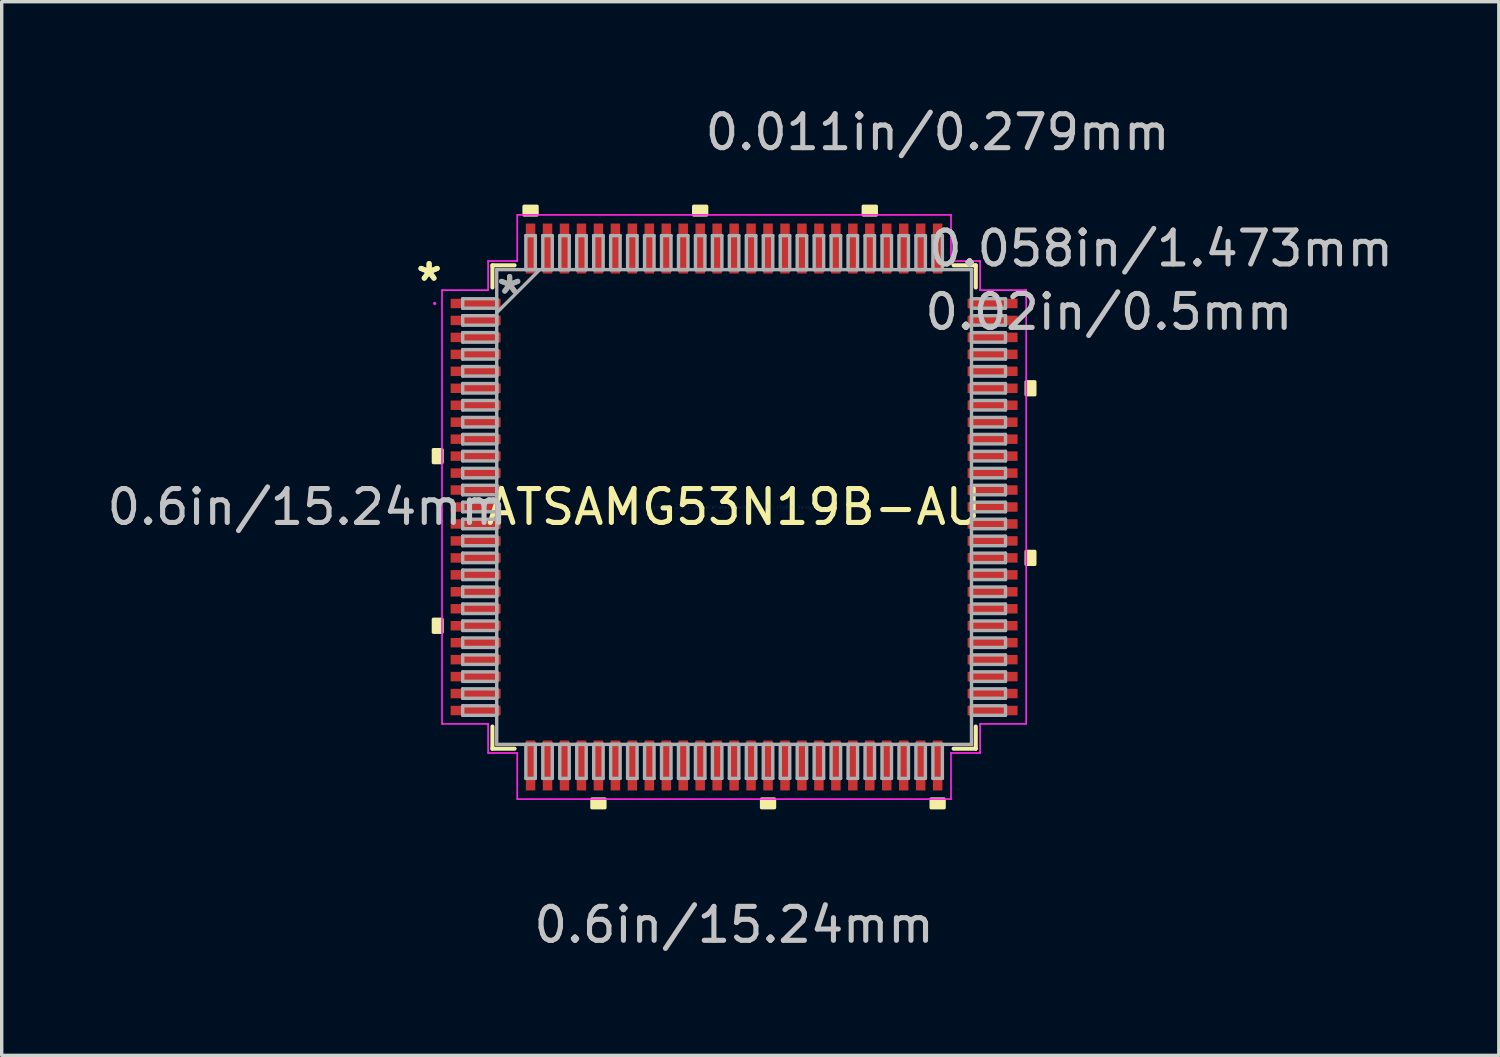
<source format=kicad_pcb>
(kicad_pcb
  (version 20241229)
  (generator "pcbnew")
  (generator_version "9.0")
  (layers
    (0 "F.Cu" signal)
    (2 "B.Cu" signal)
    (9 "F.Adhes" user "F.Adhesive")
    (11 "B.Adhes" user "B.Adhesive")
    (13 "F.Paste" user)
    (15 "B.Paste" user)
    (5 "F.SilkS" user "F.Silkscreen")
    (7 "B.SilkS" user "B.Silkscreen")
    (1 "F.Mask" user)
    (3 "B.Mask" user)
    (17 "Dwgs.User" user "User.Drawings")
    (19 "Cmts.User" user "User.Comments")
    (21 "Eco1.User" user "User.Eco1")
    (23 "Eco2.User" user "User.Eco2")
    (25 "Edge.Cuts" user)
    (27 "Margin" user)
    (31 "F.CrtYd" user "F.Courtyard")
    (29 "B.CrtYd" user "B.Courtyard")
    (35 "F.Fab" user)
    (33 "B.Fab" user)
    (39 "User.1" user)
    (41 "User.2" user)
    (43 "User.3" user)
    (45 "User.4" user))
  (footprint "ATSAMG53N19B-AU"
    (layer "F.Cu")
    (at 18.592 11.897)
    (property "Reference" "ATSAMG53N19B-AU" (at 0 0 0) (layer "F.SilkS") (effects (font (size 1 1) (thickness 0.15))))
    (attr through_hole)
    (fp_line (start -7.125 -7.125) (end -7.125 -6.472) (stroke (width 0.12) (type solid)) (layer "F.SilkS"))
    (fp_line (start -7.125 6.472) (end -7.125 7.125) (stroke (width 0.12) (type solid)) (layer "F.SilkS"))
    (fp_line (start -7.125 7.125) (end -6.472 7.125) (stroke (width 0.12) (type solid)) (layer "F.SilkS"))
    (fp_line (start -6.472 -7.125) (end -7.125 -7.125) (stroke (width 0.12) (type solid)) (layer "F.SilkS"))
    (fp_line (start 6.472 7.125) (end 7.125 7.125) (stroke (width 0.12) (type solid)) (layer "F.SilkS"))
    (fp_line (start 7.125 -7.125) (end 6.472 -7.125) (stroke (width 0.12) (type solid)) (layer "F.SilkS"))
    (fp_line (start 7.125 -6.472) (end 7.125 -7.125) (stroke (width 0.12) (type solid)) (layer "F.SilkS"))
    (fp_line (start 7.125 7.125) (end 7.125 6.472) (stroke (width 0.12) (type solid)) (layer "F.SilkS"))
    (fp_poly (pts (xy -8.865 -1.69) (xy -8.865 -1.31) (xy -8.611 -1.31) (xy -8.611 -1.69)) (stroke (width 0.1) (type solid)) (fill yes) (layer "F.SilkS"))
    (fp_poly (pts (xy -8.865 3.31) (xy -8.865 3.691) (xy -8.611 3.691) (xy -8.611 3.31)) (stroke (width 0.1) (type solid)) (fill yes) (layer "F.SilkS"))
    (fp_poly (pts (xy -6.191 -8.611) (xy -6.191 -8.865) (xy -5.81 -8.865) (xy -5.81 -8.611)) (stroke (width 0.1) (type solid)) (fill yes) (layer "F.SilkS"))
    (fp_poly (pts (xy -4.191 8.611) (xy -4.191 8.865) (xy -3.809 8.865) (xy -3.809 8.611)) (stroke (width 0.1) (type solid)) (fill yes) (layer "F.SilkS"))
    (fp_poly (pts (xy -1.191 -8.611) (xy -1.191 -8.865) (xy -0.81 -8.865) (xy -0.81 -8.611)) (stroke (width 0.1) (type solid)) (fill yes) (layer "F.SilkS"))
    (fp_poly (pts (xy 0.81 8.611) (xy 0.81 8.865) (xy 1.191 8.865) (xy 1.191 8.611)) (stroke (width 0.1) (type solid)) (fill yes) (layer "F.SilkS"))
    (fp_poly (pts (xy 3.809 -8.611) (xy 3.809 -8.865) (xy 4.191 -8.865) (xy 4.191 -8.611)) (stroke (width 0.1) (type solid)) (fill yes) (layer "F.SilkS"))
    (fp_poly (pts (xy 5.81 8.611) (xy 5.81 8.865) (xy 6.191 8.865) (xy 6.191 8.611)) (stroke (width 0.1) (type solid)) (fill yes) (layer "F.SilkS"))
    (fp_poly (pts (xy 8.865 -3.691) (xy 8.865 -3.31) (xy 8.611 -3.31) (xy 8.611 -3.691)) (stroke (width 0.1) (type solid)) (fill yes) (layer "F.SilkS"))
    (fp_poly (pts (xy 8.865 1.31) (xy 8.865 1.69) (xy 8.611 1.69) (xy 8.611 1.31)) (stroke (width 0.1) (type solid)) (fill yes) (layer "F.SilkS"))
    (fp_line (start -8.611 -6.394) (end -7.252 -6.394) (stroke (width 0.05) (type solid)) (layer "F.CrtYd"))
    (fp_line (start -8.611 6.394) (end -8.611 -6.394) (stroke (width 0.05) (type solid)) (layer "F.CrtYd"))
    (fp_line (start -7.252 -7.252) (end -6.394 -7.252) (stroke (width 0.05) (type solid)) (layer "F.CrtYd"))
    (fp_line (start -7.252 -6.394) (end -7.252 -7.252) (stroke (width 0.05) (type solid)) (layer "F.CrtYd"))
    (fp_line (start -7.252 6.394) (end -8.611 6.394) (stroke (width 0.05) (type solid)) (layer "F.CrtYd"))
    (fp_line (start -7.252 7.252) (end -7.252 6.394) (stroke (width 0.05) (type solid)) (layer "F.CrtYd"))
    (fp_line (start -6.394 -8.611) (end 6.394 -8.611) (stroke (width 0.05) (type solid)) (layer "F.CrtYd"))
    (fp_line (start -6.394 -7.252) (end -6.394 -8.611) (stroke (width 0.05) (type solid)) (layer "F.CrtYd"))
    (fp_line (start -6.394 7.252) (end -7.252 7.252) (stroke (width 0.05) (type solid)) (layer "F.CrtYd"))
    (fp_line (start -6.394 8.611) (end -6.394 7.252) (stroke (width 0.05) (type solid)) (layer "F.CrtYd"))
    (fp_line (start 6.394 -8.611) (end 6.394 -7.252) (stroke (width 0.05) (type solid)) (layer "F.CrtYd"))
    (fp_line (start 6.394 -7.252) (end 7.252 -7.252) (stroke (width 0.05) (type solid)) (layer "F.CrtYd"))
    (fp_line (start 6.394 7.252) (end 6.394 8.611) (stroke (width 0.05) (type solid)) (layer "F.CrtYd"))
    (fp_line (start 6.394 8.611) (end -6.394 8.611) (stroke (width 0.05) (type solid)) (layer "F.CrtYd"))
    (fp_line (start 7.252 -7.252) (end 7.252 -6.394) (stroke (width 0.05) (type solid)) (layer "F.CrtYd"))
    (fp_line (start 7.252 -6.394) (end 8.611 -6.394) (stroke (width 0.05) (type solid)) (layer "F.CrtYd"))
    (fp_line (start 7.252 6.394) (end 7.252 7.252) (stroke (width 0.05) (type solid)) (layer "F.CrtYd"))
    (fp_line (start 7.252 7.252) (end 6.394 7.252) (stroke (width 0.05) (type solid)) (layer "F.CrtYd"))
    (fp_line (start 8.611 -6.394) (end 8.611 6.394) (stroke (width 0.05) (type solid)) (layer "F.CrtYd"))
    (fp_line (start 8.611 6.394) (end 7.252 6.394) (stroke (width 0.05) (type solid)) (layer "F.CrtYd"))
    (fp_circle (center -8.826 -6) (end -8.826 -6) (stroke (width 0.05) (type solid)) (fill no) (layer "F.CrtYd"))
    (fp_line (start -8.001 -6.14) (end -8.001 -5.86) (stroke (width 0.1) (type solid)) (layer "F.Fab"))
    (fp_line (start -8.001 -5.86) (end -6.998 -5.86) (stroke (width 0.1) (type solid)) (layer "F.Fab"))
    (fp_line (start -8.001 -5.64) (end -8.001 -5.36) (stroke (width 0.1) (type solid)) (layer "F.Fab"))
    (fp_line (start -8.001 -5.36) (end -6.998 -5.36) (stroke (width 0.1) (type solid)) (layer "F.Fab"))
    (fp_line (start -8.001 -5.14) (end -8.001 -4.86) (stroke (width 0.1) (type solid)) (layer "F.Fab"))
    (fp_line (start -8.001 -4.86) (end -6.998 -4.86) (stroke (width 0.1) (type solid)) (layer "F.Fab"))
    (fp_line (start -8.001 -4.64) (end -8.001 -4.36) (stroke (width 0.1) (type solid)) (layer "F.Fab"))
    (fp_line (start -8.001 -4.36) (end -6.998 -4.36) (stroke (width 0.1) (type solid)) (layer "F.Fab"))
    (fp_line (start -8.001 -4.14) (end -8.001 -3.86) (stroke (width 0.1) (type solid)) (layer "F.Fab"))
    (fp_line (start -8.001 -3.86) (end -6.998 -3.86) (stroke (width 0.1) (type solid)) (layer "F.Fab"))
    (fp_line (start -8.001 -3.64) (end -8.001 -3.36) (stroke (width 0.1) (type solid)) (layer "F.Fab"))
    (fp_line (start -8.001 -3.36) (end -6.998 -3.36) (stroke (width 0.1) (type solid)) (layer "F.Fab"))
    (fp_line (start -8.001 -3.14) (end -8.001 -2.86) (stroke (width 0.1) (type solid)) (layer "F.Fab"))
    (fp_line (start -8.001 -2.86) (end -6.998 -2.86) (stroke (width 0.1) (type solid)) (layer "F.Fab"))
    (fp_line (start -8.001 -2.64) (end -8.001 -2.36) (stroke (width 0.1) (type solid)) (layer "F.Fab"))
    (fp_line (start -8.001 -2.36) (end -6.998 -2.36) (stroke (width 0.1) (type solid)) (layer "F.Fab"))
    (fp_line (start -8.001 -2.14) (end -8.001 -1.86) (stroke (width 0.1) (type solid)) (layer "F.Fab"))
    (fp_line (start -8.001 -1.86) (end -6.998 -1.86) (stroke (width 0.1) (type solid)) (layer "F.Fab"))
    (fp_line (start -8.001 -1.64) (end -8.001 -1.36) (stroke (width 0.1) (type solid)) (layer "F.Fab"))
    (fp_line (start -8.001 -1.36) (end -6.998 -1.36) (stroke (width 0.1) (type solid)) (layer "F.Fab"))
    (fp_line (start -8.001 -1.14) (end -8.001 -0.86) (stroke (width 0.1) (type solid)) (layer "F.Fab"))
    (fp_line (start -8.001 -0.86) (end -6.998 -0.86) (stroke (width 0.1) (type solid)) (layer "F.Fab"))
    (fp_line (start -8.001 -0.64) (end -8.001 -0.36) (stroke (width 0.1) (type solid)) (layer "F.Fab"))
    (fp_line (start -8.001 -0.36) (end -6.998 -0.36) (stroke (width 0.1) (type solid)) (layer "F.Fab"))
    (fp_line (start -8.001 -0.14) (end -8.001 0.14) (stroke (width 0.1) (type solid)) (layer "F.Fab"))
    (fp_line (start -8.001 0.14) (end -6.998 0.14) (stroke (width 0.1) (type solid)) (layer "F.Fab"))
    (fp_line (start -8.001 0.36) (end -8.001 0.64) (stroke (width 0.1) (type solid)) (layer "F.Fab"))
    (fp_line (start -8.001 0.64) (end -6.998 0.64) (stroke (width 0.1) (type solid)) (layer "F.Fab"))
    (fp_line (start -8.001 0.86) (end -8.001 1.14) (stroke (width 0.1) (type solid)) (layer "F.Fab"))
    (fp_line (start -8.001 1.14) (end -6.998 1.14) (stroke (width 0.1) (type solid)) (layer "F.Fab"))
    (fp_line (start -8.001 1.36) (end -8.001 1.64) (stroke (width 0.1) (type solid)) (layer "F.Fab"))
    (fp_line (start -8.001 1.64) (end -6.998 1.64) (stroke (width 0.1) (type solid)) (layer "F.Fab"))
    (fp_line (start -8.001 1.86) (end -8.001 2.14) (stroke (width 0.1) (type solid)) (layer "F.Fab"))
    (fp_line (start -8.001 2.14) (end -6.998 2.14) (stroke (width 0.1) (type solid)) (layer "F.Fab"))
    (fp_line (start -8.001 2.36) (end -8.001 2.64) (stroke (width 0.1) (type solid)) (layer "F.Fab"))
    (fp_line (start -8.001 2.64) (end -6.998 2.64) (stroke (width 0.1) (type solid)) (layer "F.Fab"))
    (fp_line (start -8.001 2.86) (end -8.001 3.14) (stroke (width 0.1) (type solid)) (layer "F.Fab"))
    (fp_line (start -8.001 3.14) (end -6.998 3.14) (stroke (width 0.1) (type solid)) (layer "F.Fab"))
    (fp_line (start -8.001 3.36) (end -8.001 3.64) (stroke (width 0.1) (type solid)) (layer "F.Fab"))
    (fp_line (start -8.001 3.64) (end -6.998 3.64) (stroke (width 0.1) (type solid)) (layer "F.Fab"))
    (fp_line (start -8.001 3.86) (end -8.001 4.14) (stroke (width 0.1) (type solid)) (layer "F.Fab"))
    (fp_line (start -8.001 4.14) (end -6.998 4.14) (stroke (width 0.1) (type solid)) (layer "F.Fab"))
    (fp_line (start -8.001 4.36) (end -8.001 4.64) (stroke (width 0.1) (type solid)) (layer "F.Fab"))
    (fp_line (start -8.001 4.64) (end -6.998 4.64) (stroke (width 0.1) (type solid)) (layer "F.Fab"))
    (fp_line (start -8.001 4.86) (end -8.001 5.14) (stroke (width 0.1) (type solid)) (layer "F.Fab"))
    (fp_line (start -8.001 5.14) (end -6.998 5.14) (stroke (width 0.1) (type solid)) (layer "F.Fab"))
    (fp_line (start -8.001 5.36) (end -8.001 5.64) (stroke (width 0.1) (type solid)) (layer "F.Fab"))
    (fp_line (start -8.001 5.64) (end -6.998 5.64) (stroke (width 0.1) (type solid)) (layer "F.Fab"))
    (fp_line (start -8.001 5.86) (end -8.001 6.14) (stroke (width 0.1) (type solid)) (layer "F.Fab"))
    (fp_line (start -8.001 6.14) (end -6.998 6.14) (stroke (width 0.1) (type solid)) (layer "F.Fab"))
    (fp_line (start -6.998 -6.998) (end -6.998 -6.998) (stroke (width 0.1) (type solid)) (layer "F.Fab"))
    (fp_line (start -6.998 -6.998) (end -6.998 6.998) (stroke (width 0.1) (type solid)) (layer "F.Fab"))
    (fp_line (start -6.998 -6.14) (end -8.001 -6.14) (stroke (width 0.1) (type solid)) (layer "F.Fab"))
    (fp_line (start -6.998 -5.86) (end -6.998 -6.14) (stroke (width 0.1) (type solid)) (layer "F.Fab"))
    (fp_line (start -6.998 -5.728) (end -5.728 -6.998) (stroke (width 0.1) (type solid)) (layer "F.Fab"))
    (fp_line (start -6.998 -5.64) (end -8.001 -5.64) (stroke (width 0.1) (type solid)) (layer "F.Fab"))
    (fp_line (start -6.998 -5.36) (end -6.998 -5.64) (stroke (width 0.1) (type solid)) (layer "F.Fab"))
    (fp_line (start -6.998 -5.14) (end -8.001 -5.14) (stroke (width 0.1) (type solid)) (layer "F.Fab"))
    (fp_line (start -6.998 -4.86) (end -6.998 -5.14) (stroke (width 0.1) (type solid)) (layer "F.Fab"))
    (fp_line (start -6.998 -4.64) (end -8.001 -4.64) (stroke (width 0.1) (type solid)) (layer "F.Fab"))
    (fp_line (start -6.998 -4.36) (end -6.998 -4.64) (stroke (width 0.1) (type solid)) (layer "F.Fab"))
    (fp_line (start -6.998 -4.14) (end -8.001 -4.14) (stroke (width 0.1) (type solid)) (layer "F.Fab"))
    (fp_line (start -6.998 -3.86) (end -6.998 -4.14) (stroke (width 0.1) (type solid)) (layer "F.Fab"))
    (fp_line (start -6.998 -3.64) (end -8.001 -3.64) (stroke (width 0.1) (type solid)) (layer "F.Fab"))
    (fp_line (start -6.998 -3.36) (end -6.998 -3.64) (stroke (width 0.1) (type solid)) (layer "F.Fab"))
    (fp_line (start -6.998 -3.14) (end -8.001 -3.14) (stroke (width 0.1) (type solid)) (layer "F.Fab"))
    (fp_line (start -6.998 -2.86) (end -6.998 -3.14) (stroke (width 0.1) (type solid)) (layer "F.Fab"))
    (fp_line (start -6.998 -2.64) (end -8.001 -2.64) (stroke (width 0.1) (type solid)) (layer "F.Fab"))
    (fp_line (start -6.998 -2.36) (end -6.998 -2.64) (stroke (width 0.1) (type solid)) (layer "F.Fab"))
    (fp_line (start -6.998 -2.14) (end -8.001 -2.14) (stroke (width 0.1) (type solid)) (layer "F.Fab"))
    (fp_line (start -6.998 -1.86) (end -6.998 -2.14) (stroke (width 0.1) (type solid)) (layer "F.Fab"))
    (fp_line (start -6.998 -1.64) (end -8.001 -1.64) (stroke (width 0.1) (type solid)) (layer "F.Fab"))
    (fp_line (start -6.998 -1.36) (end -6.998 -1.64) (stroke (width 0.1) (type solid)) (layer "F.Fab"))
    (fp_line (start -6.998 -1.14) (end -8.001 -1.14) (stroke (width 0.1) (type solid)) (layer "F.Fab"))
    (fp_line (start -6.998 -0.86) (end -6.998 -1.14) (stroke (width 0.1) (type solid)) (layer "F.Fab"))
    (fp_line (start -6.998 -0.64) (end -8.001 -0.64) (stroke (width 0.1) (type solid)) (layer "F.Fab"))
    (fp_line (start -6.998 -0.36) (end -6.998 -0.64) (stroke (width 0.1) (type solid)) (layer "F.Fab"))
    (fp_line (start -6.998 -0.14) (end -8.001 -0.14) (stroke (width 0.1) (type solid)) (layer "F.Fab"))
    (fp_line (start -6.998 0.14) (end -6.998 -0.14) (stroke (width 0.1) (type solid)) (layer "F.Fab"))
    (fp_line (start -6.998 0.36) (end -8.001 0.36) (stroke (width 0.1) (type solid)) (layer "F.Fab"))
    (fp_line (start -6.998 0.64) (end -6.998 0.36) (stroke (width 0.1) (type solid)) (layer "F.Fab"))
    (fp_line (start -6.998 0.86) (end -8.001 0.86) (stroke (width 0.1) (type solid)) (layer "F.Fab"))
    (fp_line (start -6.998 1.14) (end -6.998 0.86) (stroke (width 0.1) (type solid)) (layer "F.Fab"))
    (fp_line (start -6.998 1.36) (end -8.001 1.36) (stroke (width 0.1) (type solid)) (layer "F.Fab"))
    (fp_line (start -6.998 1.64) (end -6.998 1.36) (stroke (width 0.1) (type solid)) (layer "F.Fab"))
    (fp_line (start -6.998 1.86) (end -8.001 1.86) (stroke (width 0.1) (type solid)) (layer "F.Fab"))
    (fp_line (start -6.998 2.14) (end -6.998 1.86) (stroke (width 0.1) (type solid)) (layer "F.Fab"))
    (fp_line (start -6.998 2.36) (end -8.001 2.36) (stroke (width 0.1) (type solid)) (layer "F.Fab"))
    (fp_line (start -6.998 2.64) (end -6.998 2.36) (stroke (width 0.1) (type solid)) (layer "F.Fab"))
    (fp_line (start -6.998 2.86) (end -8.001 2.86) (stroke (width 0.1) (type solid)) (layer "F.Fab"))
    (fp_line (start -6.998 3.14) (end -6.998 2.86) (stroke (width 0.1) (type solid)) (layer "F.Fab"))
    (fp_line (start -6.998 3.36) (end -8.001 3.36) (stroke (width 0.1) (type solid)) (layer "F.Fab"))
    (fp_line (start -6.998 3.64) (end -6.998 3.36) (stroke (width 0.1) (type solid)) (layer "F.Fab"))
    (fp_line (start -6.998 3.86) (end -8.001 3.86) (stroke (width 0.1) (type solid)) (layer "F.Fab"))
    (fp_line (start -6.998 4.14) (end -6.998 3.86) (stroke (width 0.1) (type solid)) (layer "F.Fab"))
    (fp_line (start -6.998 4.36) (end -8.001 4.36) (stroke (width 0.1) (type solid)) (layer "F.Fab"))
    (fp_line (start -6.998 4.64) (end -6.998 4.36) (stroke (width 0.1) (type solid)) (layer "F.Fab"))
    (fp_line (start -6.998 4.86) (end -8.001 4.86) (stroke (width 0.1) (type solid)) (layer "F.Fab"))
    (fp_line (start -6.998 5.14) (end -6.998 4.86) (stroke (width 0.1) (type solid)) (layer "F.Fab"))
    (fp_line (start -6.998 5.36) (end -8.001 5.36) (stroke (width 0.1) (type solid)) (layer "F.Fab"))
    (fp_line (start -6.998 5.64) (end -6.998 5.36) (stroke (width 0.1) (type solid)) (layer "F.Fab"))
    (fp_line (start -6.998 5.86) (end -8.001 5.86) (stroke (width 0.1) (type solid)) (layer "F.Fab"))
    (fp_line (start -6.998 6.14) (end -6.998 5.86) (stroke (width 0.1) (type solid)) (layer "F.Fab"))
    (fp_line (start -6.998 6.998) (end -6.998 6.998) (stroke (width 0.1) (type solid)) (layer "F.Fab"))
    (fp_line (start -6.998 6.998) (end 6.998 6.998) (stroke (width 0.1) (type solid)) (layer "F.Fab"))
    (fp_line (start -6.14 -8.001) (end -6.14 -6.998) (stroke (width 0.1) (type solid)) (layer "F.Fab"))
    (fp_line (start -6.14 -6.998) (end -5.86 -6.998) (stroke (width 0.1) (type solid)) (layer "F.Fab"))
    (fp_line (start -6.14 6.998) (end -6.14 8.001) (stroke (width 0.1) (type solid)) (layer "F.Fab"))
    (fp_line (start -6.14 8.001) (end -5.86 8.001) (stroke (width 0.1) (type solid)) (layer "F.Fab"))
    (fp_line (start -5.86 -8.001) (end -6.14 -8.001) (stroke (width 0.1) (type solid)) (layer "F.Fab"))
    (fp_line (start -5.86 -6.998) (end -5.86 -8.001) (stroke (width 0.1) (type solid)) (layer "F.Fab"))
    (fp_line (start -5.86 6.998) (end -6.14 6.998) (stroke (width 0.1) (type solid)) (layer "F.Fab"))
    (fp_line (start -5.86 8.001) (end -5.86 6.998) (stroke (width 0.1) (type solid)) (layer "F.Fab"))
    (fp_line (start -5.64 -8.001) (end -5.64 -6.998) (stroke (width 0.1) (type solid)) (layer "F.Fab"))
    (fp_line (start -5.64 -6.998) (end -5.36 -6.998) (stroke (width 0.1) (type solid)) (layer "F.Fab"))
    (fp_line (start -5.64 6.998) (end -5.64 8.001) (stroke (width 0.1) (type solid)) (layer "F.Fab"))
    (fp_line (start -5.64 8.001) (end -5.36 8.001) (stroke (width 0.1) (type solid)) (layer "F.Fab"))
    (fp_line (start -5.36 -8.001) (end -5.64 -8.001) (stroke (width 0.1) (type solid)) (layer "F.Fab"))
    (fp_line (start -5.36 -6.998) (end -5.36 -8.001) (stroke (width 0.1) (type solid)) (layer "F.Fab"))
    (fp_line (start -5.36 6.998) (end -5.64 6.998) (stroke (width 0.1) (type solid)) (layer "F.Fab"))
    (fp_line (start -5.36 8.001) (end -5.36 6.998) (stroke (width 0.1) (type solid)) (layer "F.Fab"))
    (fp_line (start -5.14 -8.001) (end -5.14 -6.998) (stroke (width 0.1) (type solid)) (layer "F.Fab"))
    (fp_line (start -5.14 -6.998) (end -4.86 -6.998) (stroke (width 0.1) (type solid)) (layer "F.Fab"))
    (fp_line (start -5.14 6.998) (end -5.14 8.001) (stroke (width 0.1) (type solid)) (layer "F.Fab"))
    (fp_line (start -5.14 8.001) (end -4.86 8.001) (stroke (width 0.1) (type solid)) (layer "F.Fab"))
    (fp_line (start -4.86 -8.001) (end -5.14 -8.001) (stroke (width 0.1) (type solid)) (layer "F.Fab"))
    (fp_line (start -4.86 -6.998) (end -4.86 -8.001) (stroke (width 0.1) (type solid)) (layer "F.Fab"))
    (fp_line (start -4.86 6.998) (end -5.14 6.998) (stroke (width 0.1) (type solid)) (layer "F.Fab"))
    (fp_line (start -4.86 8.001) (end -4.86 6.998) (stroke (width 0.1) (type solid)) (layer "F.Fab"))
    (fp_line (start -4.64 -8.001) (end -4.64 -6.998) (stroke (width 0.1) (type solid)) (layer "F.Fab"))
    (fp_line (start -4.64 -6.998) (end -4.36 -6.998) (stroke (width 0.1) (type solid)) (layer "F.Fab"))
    (fp_line (start -4.64 6.998) (end -4.64 8.001) (stroke (width 0.1) (type solid)) (layer "F.Fab"))
    (fp_line (start -4.64 8.001) (end -4.36 8.001) (stroke (width 0.1) (type solid)) (layer "F.Fab"))
    (fp_line (start -4.36 -8.001) (end -4.64 -8.001) (stroke (width 0.1) (type solid)) (layer "F.Fab"))
    (fp_line (start -4.36 -6.998) (end -4.36 -8.001) (stroke (width 0.1) (type solid)) (layer "F.Fab"))
    (fp_line (start -4.36 6.998) (end -4.64 6.998) (stroke (width 0.1) (type solid)) (layer "F.Fab"))
    (fp_line (start -4.36 8.001) (end -4.36 6.998) (stroke (width 0.1) (type solid)) (layer "F.Fab"))
    (fp_line (start -4.14 -8.001) (end -4.14 -6.998) (stroke (width 0.1) (type solid)) (layer "F.Fab"))
    (fp_line (start -4.14 -6.998) (end -3.86 -6.998) (stroke (width 0.1) (type solid)) (layer "F.Fab"))
    (fp_line (start -4.14 6.998) (end -4.14 8.001) (stroke (width 0.1) (type solid)) (layer "F.Fab"))
    (fp_line (start -4.14 8.001) (end -3.86 8.001) (stroke (width 0.1) (type solid)) (layer "F.Fab"))
    (fp_line (start -3.86 -8.001) (end -4.14 -8.001) (stroke (width 0.1) (type solid)) (layer "F.Fab"))
    (fp_line (start -3.86 -6.998) (end -3.86 -8.001) (stroke (width 0.1) (type solid)) (layer "F.Fab"))
    (fp_line (start -3.86 6.998) (end -4.14 6.998) (stroke (width 0.1) (type solid)) (layer "F.Fab"))
    (fp_line (start -3.86 8.001) (end -3.86 6.998) (stroke (width 0.1) (type solid)) (layer "F.Fab"))
    (fp_line (start -3.64 -8.001) (end -3.64 -6.998) (stroke (width 0.1) (type solid)) (layer "F.Fab"))
    (fp_line (start -3.64 -6.998) (end -3.36 -6.998) (stroke (width 0.1) (type solid)) (layer "F.Fab"))
    (fp_line (start -3.64 6.998) (end -3.64 8.001) (stroke (width 0.1) (type solid)) (layer "F.Fab"))
    (fp_line (start -3.64 8.001) (end -3.36 8.001) (stroke (width 0.1) (type solid)) (layer "F.Fab"))
    (fp_line (start -3.36 -8.001) (end -3.64 -8.001) (stroke (width 0.1) (type solid)) (layer "F.Fab"))
    (fp_line (start -3.36 -6.998) (end -3.36 -8.001) (stroke (width 0.1) (type solid)) (layer "F.Fab"))
    (fp_line (start -3.36 6.998) (end -3.64 6.998) (stroke (width 0.1) (type solid)) (layer "F.Fab"))
    (fp_line (start -3.36 8.001) (end -3.36 6.998) (stroke (width 0.1) (type solid)) (layer "F.Fab"))
    (fp_line (start -3.14 -8.001) (end -3.14 -6.998) (stroke (width 0.1) (type solid)) (layer "F.Fab"))
    (fp_line (start -3.14 -6.998) (end -2.86 -6.998) (stroke (width 0.1) (type solid)) (layer "F.Fab"))
    (fp_line (start -3.14 6.998) (end -3.14 8.001) (stroke (width 0.1) (type solid)) (layer "F.Fab"))
    (fp_line (start -3.14 8.001) (end -2.86 8.001) (stroke (width 0.1) (type solid)) (layer "F.Fab"))
    (fp_line (start -2.86 -8.001) (end -3.14 -8.001) (stroke (width 0.1) (type solid)) (layer "F.Fab"))
    (fp_line (start -2.86 -6.998) (end -2.86 -8.001) (stroke (width 0.1) (type solid)) (layer "F.Fab"))
    (fp_line (start -2.86 6.998) (end -3.14 6.998) (stroke (width 0.1) (type solid)) (layer "F.Fab"))
    (fp_line (start -2.86 8.001) (end -2.86 6.998) (stroke (width 0.1) (type solid)) (layer "F.Fab"))
    (fp_line (start -2.64 -8.001) (end -2.64 -6.998) (stroke (width 0.1) (type solid)) (layer "F.Fab"))
    (fp_line (start -2.64 -6.998) (end -2.36 -6.998) (stroke (width 0.1) (type solid)) (layer "F.Fab"))
    (fp_line (start -2.64 6.998) (end -2.64 8.001) (stroke (width 0.1) (type solid)) (layer "F.Fab"))
    (fp_line (start -2.64 8.001) (end -2.36 8.001) (stroke (width 0.1) (type solid)) (layer "F.Fab"))
    (fp_line (start -2.36 -8.001) (end -2.64 -8.001) (stroke (width 0.1) (type solid)) (layer "F.Fab"))
    (fp_line (start -2.36 -6.998) (end -2.36 -8.001) (stroke (width 0.1) (type solid)) (layer "F.Fab"))
    (fp_line (start -2.36 6.998) (end -2.64 6.998) (stroke (width 0.1) (type solid)) (layer "F.Fab"))
    (fp_line (start -2.36 8.001) (end -2.36 6.998) (stroke (width 0.1) (type solid)) (layer "F.Fab"))
    (fp_line (start -2.14 -8.001) (end -2.14 -6.998) (stroke (width 0.1) (type solid)) (layer "F.Fab"))
    (fp_line (start -2.14 -6.998) (end -1.86 -6.998) (stroke (width 0.1) (type solid)) (layer "F.Fab"))
    (fp_line (start -2.14 6.998) (end -2.14 8.001) (stroke (width 0.1) (type solid)) (layer "F.Fab"))
    (fp_line (start -2.14 8.001) (end -1.86 8.001) (stroke (width 0.1) (type solid)) (layer "F.Fab"))
    (fp_line (start -1.86 -8.001) (end -2.14 -8.001) (stroke (width 0.1) (type solid)) (layer "F.Fab"))
    (fp_line (start -1.86 -6.998) (end -1.86 -8.001) (stroke (width 0.1) (type solid)) (layer "F.Fab"))
    (fp_line (start -1.86 6.998) (end -2.14 6.998) (stroke (width 0.1) (type solid)) (layer "F.Fab"))
    (fp_line (start -1.86 8.001) (end -1.86 6.998) (stroke (width 0.1) (type solid)) (layer "F.Fab"))
    (fp_line (start -1.64 -8.001) (end -1.64 -6.998) (stroke (width 0.1) (type solid)) (layer "F.Fab"))
    (fp_line (start -1.64 -6.998) (end -1.36 -6.998) (stroke (width 0.1) (type solid)) (layer "F.Fab"))
    (fp_line (start -1.64 6.998) (end -1.64 8.001) (stroke (width 0.1) (type solid)) (layer "F.Fab"))
    (fp_line (start -1.64 8.001) (end -1.36 8.001) (stroke (width 0.1) (type solid)) (layer "F.Fab"))
    (fp_line (start -1.36 -8.001) (end -1.64 -8.001) (stroke (width 0.1) (type solid)) (layer "F.Fab"))
    (fp_line (start -1.36 -6.998) (end -1.36 -8.001) (stroke (width 0.1) (type solid)) (layer "F.Fab"))
    (fp_line (start -1.36 6.998) (end -1.64 6.998) (stroke (width 0.1) (type solid)) (layer "F.Fab"))
    (fp_line (start -1.36 8.001) (end -1.36 6.998) (stroke (width 0.1) (type solid)) (layer "F.Fab"))
    (fp_line (start -1.14 -8.001) (end -1.14 -6.998) (stroke (width 0.1) (type solid)) (layer "F.Fab"))
    (fp_line (start -1.14 -6.998) (end -0.86 -6.998) (stroke (width 0.1) (type solid)) (layer "F.Fab"))
    (fp_line (start -1.14 6.998) (end -1.14 8.001) (stroke (width 0.1) (type solid)) (layer "F.Fab"))
    (fp_line (start -1.14 8.001) (end -0.86 8.001) (stroke (width 0.1) (type solid)) (layer "F.Fab"))
    (fp_line (start -0.86 -8.001) (end -1.14 -8.001) (stroke (width 0.1) (type solid)) (layer "F.Fab"))
    (fp_line (start -0.86 -6.998) (end -0.86 -8.001) (stroke (width 0.1) (type solid)) (layer "F.Fab"))
    (fp_line (start -0.86 6.998) (end -1.14 6.998) (stroke (width 0.1) (type solid)) (layer "F.Fab"))
    (fp_line (start -0.86 8.001) (end -0.86 6.998) (stroke (width 0.1) (type solid)) (layer "F.Fab"))
    (fp_line (start -0.64 -8.001) (end -0.64 -6.998) (stroke (width 0.1) (type solid)) (layer "F.Fab"))
    (fp_line (start -0.64 -6.998) (end -0.36 -6.998) (stroke (width 0.1) (type solid)) (layer "F.Fab"))
    (fp_line (start -0.64 6.998) (end -0.64 8.001) (stroke (width 0.1) (type solid)) (layer "F.Fab"))
    (fp_line (start -0.64 8.001) (end -0.36 8.001) (stroke (width 0.1) (type solid)) (layer "F.Fab"))
    (fp_line (start -0.36 -8.001) (end -0.64 -8.001) (stroke (width 0.1) (type solid)) (layer "F.Fab"))
    (fp_line (start -0.36 -6.998) (end -0.36 -8.001) (stroke (width 0.1) (type solid)) (layer "F.Fab"))
    (fp_line (start -0.36 6.998) (end -0.64 6.998) (stroke (width 0.1) (type solid)) (layer "F.Fab"))
    (fp_line (start -0.36 8.001) (end -0.36 6.998) (stroke (width 0.1) (type solid)) (layer "F.Fab"))
    (fp_line (start -0.14 -8.001) (end -0.14 -6.998) (stroke (width 0.1) (type solid)) (layer "F.Fab"))
    (fp_line (start -0.14 -6.998) (end 0.14 -6.998) (stroke (width 0.1) (type solid)) (layer "F.Fab"))
    (fp_line (start -0.14 6.998) (end -0.14 8.001) (stroke (width 0.1) (type solid)) (layer "F.Fab"))
    (fp_line (start -0.14 8.001) (end 0.14 8.001) (stroke (width 0.1) (type solid)) (layer "F.Fab"))
    (fp_line (start 0.14 -8.001) (end -0.14 -8.001) (stroke (width 0.1) (type solid)) (layer "F.Fab"))
    (fp_line (start 0.14 -6.998) (end 0.14 -8.001) (stroke (width 0.1) (type solid)) (layer "F.Fab"))
    (fp_line (start 0.14 6.998) (end -0.14 6.998) (stroke (width 0.1) (type solid)) (layer "F.Fab"))
    (fp_line (start 0.14 8.001) (end 0.14 6.998) (stroke (width 0.1) (type solid)) (layer "F.Fab"))
    (fp_line (start 0.36 -8.001) (end 0.36 -6.998) (stroke (width 0.1) (type solid)) (layer "F.Fab"))
    (fp_line (start 0.36 -6.998) (end 0.64 -6.998) (stroke (width 0.1) (type solid)) (layer "F.Fab"))
    (fp_line (start 0.36 6.998) (end 0.36 8.001) (stroke (width 0.1) (type solid)) (layer "F.Fab"))
    (fp_line (start 0.36 8.001) (end 0.64 8.001) (stroke (width 0.1) (type solid)) (layer "F.Fab"))
    (fp_line (start 0.64 -8.001) (end 0.36 -8.001) (stroke (width 0.1) (type solid)) (layer "F.Fab"))
    (fp_line (start 0.64 -6.998) (end 0.64 -8.001) (stroke (width 0.1) (type solid)) (layer "F.Fab"))
    (fp_line (start 0.64 6.998) (end 0.36 6.998) (stroke (width 0.1) (type solid)) (layer "F.Fab"))
    (fp_line (start 0.64 8.001) (end 0.64 6.998) (stroke (width 0.1) (type solid)) (layer "F.Fab"))
    (fp_line (start 0.86 -8.001) (end 0.86 -6.998) (stroke (width 0.1) (type solid)) (layer "F.Fab"))
    (fp_line (start 0.86 -6.998) (end 1.14 -6.998) (stroke (width 0.1) (type solid)) (layer "F.Fab"))
    (fp_line (start 0.86 6.998) (end 0.86 8.001) (stroke (width 0.1) (type solid)) (layer "F.Fab"))
    (fp_line (start 0.86 8.001) (end 1.14 8.001) (stroke (width 0.1) (type solid)) (layer "F.Fab"))
    (fp_line (start 1.14 -8.001) (end 0.86 -8.001) (stroke (width 0.1) (type solid)) (layer "F.Fab"))
    (fp_line (start 1.14 -6.998) (end 1.14 -8.001) (stroke (width 0.1) (type solid)) (layer "F.Fab"))
    (fp_line (start 1.14 6.998) (end 0.86 6.998) (stroke (width 0.1) (type solid)) (layer "F.Fab"))
    (fp_line (start 1.14 8.001) (end 1.14 6.998) (stroke (width 0.1) (type solid)) (layer "F.Fab"))
    (fp_line (start 1.36 -8.001) (end 1.36 -6.998) (stroke (width 0.1) (type solid)) (layer "F.Fab"))
    (fp_line (start 1.36 -6.998) (end 1.64 -6.998) (stroke (width 0.1) (type solid)) (layer "F.Fab"))
    (fp_line (start 1.36 6.998) (end 1.36 8.001) (stroke (width 0.1) (type solid)) (layer "F.Fab"))
    (fp_line (start 1.36 8.001) (end 1.64 8.001) (stroke (width 0.1) (type solid)) (layer "F.Fab"))
    (fp_line (start 1.64 -8.001) (end 1.36 -8.001) (stroke (width 0.1) (type solid)) (layer "F.Fab"))
    (fp_line (start 1.64 -6.998) (end 1.64 -8.001) (stroke (width 0.1) (type solid)) (layer "F.Fab"))
    (fp_line (start 1.64 6.998) (end 1.36 6.998) (stroke (width 0.1) (type solid)) (layer "F.Fab"))
    (fp_line (start 1.64 8.001) (end 1.64 6.998) (stroke (width 0.1) (type solid)) (layer "F.Fab"))
    (fp_line (start 1.86 -8.001) (end 1.86 -6.998) (stroke (width 0.1) (type solid)) (layer "F.Fab"))
    (fp_line (start 1.86 -6.998) (end 2.14 -6.998) (stroke (width 0.1) (type solid)) (layer "F.Fab"))
    (fp_line (start 1.86 6.998) (end 1.86 8.001) (stroke (width 0.1) (type solid)) (layer "F.Fab"))
    (fp_line (start 1.86 8.001) (end 2.14 8.001) (stroke (width 0.1) (type solid)) (layer "F.Fab"))
    (fp_line (start 2.14 -8.001) (end 1.86 -8.001) (stroke (width 0.1) (type solid)) (layer "F.Fab"))
    (fp_line (start 2.14 -6.998) (end 2.14 -8.001) (stroke (width 0.1) (type solid)) (layer "F.Fab"))
    (fp_line (start 2.14 6.998) (end 1.86 6.998) (stroke (width 0.1) (type solid)) (layer "F.Fab"))
    (fp_line (start 2.14 8.001) (end 2.14 6.998) (stroke (width 0.1) (type solid)) (layer "F.Fab"))
    (fp_line (start 2.36 -8.001) (end 2.36 -6.998) (stroke (width 0.1) (type solid)) (layer "F.Fab"))
    (fp_line (start 2.36 -6.998) (end 2.64 -6.998) (stroke (width 0.1) (type solid)) (layer "F.Fab"))
    (fp_line (start 2.36 6.998) (end 2.36 8.001) (stroke (width 0.1) (type solid)) (layer "F.Fab"))
    (fp_line (start 2.36 8.001) (end 2.64 8.001) (stroke (width 0.1) (type solid)) (layer "F.Fab"))
    (fp_line (start 2.64 -8.001) (end 2.36 -8.001) (stroke (width 0.1) (type solid)) (layer "F.Fab"))
    (fp_line (start 2.64 -6.998) (end 2.64 -8.001) (stroke (width 0.1) (type solid)) (layer "F.Fab"))
    (fp_line (start 2.64 6.998) (end 2.36 6.998) (stroke (width 0.1) (type solid)) (layer "F.Fab"))
    (fp_line (start 2.64 8.001) (end 2.64 6.998) (stroke (width 0.1) (type solid)) (layer "F.Fab"))
    (fp_line (start 2.86 -8.001) (end 2.86 -6.998) (stroke (width 0.1) (type solid)) (layer "F.Fab"))
    (fp_line (start 2.86 -6.998) (end 3.14 -6.998) (stroke (width 0.1) (type solid)) (layer "F.Fab"))
    (fp_line (start 2.86 6.998) (end 2.86 8.001) (stroke (width 0.1) (type solid)) (layer "F.Fab"))
    (fp_line (start 2.86 8.001) (end 3.14 8.001) (stroke (width 0.1) (type solid)) (layer "F.Fab"))
    (fp_line (start 3.14 -8.001) (end 2.86 -8.001) (stroke (width 0.1) (type solid)) (layer "F.Fab"))
    (fp_line (start 3.14 -6.998) (end 3.14 -8.001) (stroke (width 0.1) (type solid)) (layer "F.Fab"))
    (fp_line (start 3.14 6.998) (end 2.86 6.998) (stroke (width 0.1) (type solid)) (layer "F.Fab"))
    (fp_line (start 3.14 8.001) (end 3.14 6.998) (stroke (width 0.1) (type solid)) (layer "F.Fab"))
    (fp_line (start 3.36 -8.001) (end 3.36 -6.998) (stroke (width 0.1) (type solid)) (layer "F.Fab"))
    (fp_line (start 3.36 -6.998) (end 3.64 -6.998) (stroke (width 0.1) (type solid)) (layer "F.Fab"))
    (fp_line (start 3.36 6.998) (end 3.36 8.001) (stroke (width 0.1) (type solid)) (layer "F.Fab"))
    (fp_line (start 3.36 8.001) (end 3.64 8.001) (stroke (width 0.1) (type solid)) (layer "F.Fab"))
    (fp_line (start 3.64 -8.001) (end 3.36 -8.001) (stroke (width 0.1) (type solid)) (layer "F.Fab"))
    (fp_line (start 3.64 -6.998) (end 3.64 -8.001) (stroke (width 0.1) (type solid)) (layer "F.Fab"))
    (fp_line (start 3.64 6.998) (end 3.36 6.998) (stroke (width 0.1) (type solid)) (layer "F.Fab"))
    (fp_line (start 3.64 8.001) (end 3.64 6.998) (stroke (width 0.1) (type solid)) (layer "F.Fab"))
    (fp_line (start 3.86 -8.001) (end 3.86 -6.998) (stroke (width 0.1) (type solid)) (layer "F.Fab"))
    (fp_line (start 3.86 -6.998) (end 4.14 -6.998) (stroke (width 0.1) (type solid)) (layer "F.Fab"))
    (fp_line (start 3.86 6.998) (end 3.86 8.001) (stroke (width 0.1) (type solid)) (layer "F.Fab"))
    (fp_line (start 3.86 8.001) (end 4.14 8.001) (stroke (width 0.1) (type solid)) (layer "F.Fab"))
    (fp_line (start 4.14 -8.001) (end 3.86 -8.001) (stroke (width 0.1) (type solid)) (layer "F.Fab"))
    (fp_line (start 4.14 -6.998) (end 4.14 -8.001) (stroke (width 0.1) (type solid)) (layer "F.Fab"))
    (fp_line (start 4.14 6.998) (end 3.86 6.998) (stroke (width 0.1) (type solid)) (layer "F.Fab"))
    (fp_line (start 4.14 8.001) (end 4.14 6.998) (stroke (width 0.1) (type solid)) (layer "F.Fab"))
    (fp_line (start 4.36 -8.001) (end 4.36 -6.998) (stroke (width 0.1) (type solid)) (layer "F.Fab"))
    (fp_line (start 4.36 -6.998) (end 4.64 -6.998) (stroke (width 0.1) (type solid)) (layer "F.Fab"))
    (fp_line (start 4.36 6.998) (end 4.36 8.001) (stroke (width 0.1) (type solid)) (layer "F.Fab"))
    (fp_line (start 4.36 8.001) (end 4.64 8.001) (stroke (width 0.1) (type solid)) (layer "F.Fab"))
    (fp_line (start 4.64 -8.001) (end 4.36 -8.001) (stroke (width 0.1) (type solid)) (layer "F.Fab"))
    (fp_line (start 4.64 -6.998) (end 4.64 -8.001) (stroke (width 0.1) (type solid)) (layer "F.Fab"))
    (fp_line (start 4.64 6.998) (end 4.36 6.998) (stroke (width 0.1) (type solid)) (layer "F.Fab"))
    (fp_line (start 4.64 8.001) (end 4.64 6.998) (stroke (width 0.1) (type solid)) (layer "F.Fab"))
    (fp_line (start 4.86 -8.001) (end 4.86 -6.998) (stroke (width 0.1) (type solid)) (layer "F.Fab"))
    (fp_line (start 4.86 -6.998) (end 5.14 -6.998) (stroke (width 0.1) (type solid)) (layer "F.Fab"))
    (fp_line (start 4.86 6.998) (end 4.86 8.001) (stroke (width 0.1) (type solid)) (layer "F.Fab"))
    (fp_line (start 4.86 8.001) (end 5.14 8.001) (stroke (width 0.1) (type solid)) (layer "F.Fab"))
    (fp_line (start 5.14 -8.001) (end 4.86 -8.001) (stroke (width 0.1) (type solid)) (layer "F.Fab"))
    (fp_line (start 5.14 -6.998) (end 5.14 -8.001) (stroke (width 0.1) (type solid)) (layer "F.Fab"))
    (fp_line (start 5.14 6.998) (end 4.86 6.998) (stroke (width 0.1) (type solid)) (layer "F.Fab"))
    (fp_line (start 5.14 8.001) (end 5.14 6.998) (stroke (width 0.1) (type solid)) (layer "F.Fab"))
    (fp_line (start 5.36 -8.001) (end 5.36 -6.998) (stroke (width 0.1) (type solid)) (layer "F.Fab"))
    (fp_line (start 5.36 -6.998) (end 5.64 -6.998) (stroke (width 0.1) (type solid)) (layer "F.Fab"))
    (fp_line (start 5.36 6.998) (end 5.36 8.001) (stroke (width 0.1) (type solid)) (layer "F.Fab"))
    (fp_line (start 5.36 8.001) (end 5.64 8.001) (stroke (width 0.1) (type solid)) (layer "F.Fab"))
    (fp_line (start 5.64 -8.001) (end 5.36 -8.001) (stroke (width 0.1) (type solid)) (layer "F.Fab"))
    (fp_line (start 5.64 -6.998) (end 5.64 -8.001) (stroke (width 0.1) (type solid)) (layer "F.Fab"))
    (fp_line (start 5.64 6.998) (end 5.36 6.998) (stroke (width 0.1) (type solid)) (layer "F.Fab"))
    (fp_line (start 5.64 8.001) (end 5.64 6.998) (stroke (width 0.1) (type solid)) (layer "F.Fab"))
    (fp_line (start 5.86 -8.001) (end 5.86 -6.998) (stroke (width 0.1) (type solid)) (layer "F.Fab"))
    (fp_line (start 5.86 -6.998) (end 6.14 -6.998) (stroke (width 0.1) (type solid)) (layer "F.Fab"))
    (fp_line (start 5.86 6.998) (end 5.86 8.001) (stroke (width 0.1) (type solid)) (layer "F.Fab"))
    (fp_line (start 5.86 8.001) (end 6.14 8.001) (stroke (width 0.1) (type solid)) (layer "F.Fab"))
    (fp_line (start 6.14 -8.001) (end 5.86 -8.001) (stroke (width 0.1) (type solid)) (layer "F.Fab"))
    (fp_line (start 6.14 -6.998) (end 6.14 -8.001) (stroke (width 0.1) (type solid)) (layer "F.Fab"))
    (fp_line (start 6.14 6.998) (end 5.86 6.998) (stroke (width 0.1) (type solid)) (layer "F.Fab"))
    (fp_line (start 6.14 8.001) (end 6.14 6.998) (stroke (width 0.1) (type solid)) (layer "F.Fab"))
    (fp_line (start 6.998 -6.998) (end -6.998 -6.998) (stroke (width 0.1) (type solid)) (layer "F.Fab"))
    (fp_line (start 6.998 -6.998) (end 6.998 -6.998) (stroke (width 0.1) (type solid)) (layer "F.Fab"))
    (fp_line (start 6.998 -6.14) (end 6.998 -5.86) (stroke (width 0.1) (type solid)) (layer "F.Fab"))
    (fp_line (start 6.998 -5.86) (end 8.001 -5.86) (stroke (width 0.1) (type solid)) (layer "F.Fab"))
    (fp_line (start 6.998 -5.64) (end 6.998 -5.36) (stroke (width 0.1) (type solid)) (layer "F.Fab"))
    (fp_line (start 6.998 -5.36) (end 8.001 -5.36) (stroke (width 0.1) (type solid)) (layer "F.Fab"))
    (fp_line (start 6.998 -5.14) (end 6.998 -4.86) (stroke (width 0.1) (type solid)) (layer "F.Fab"))
    (fp_line (start 6.998 -4.86) (end 8.001 -4.86) (stroke (width 0.1) (type solid)) (layer "F.Fab"))
    (fp_line (start 6.998 -4.64) (end 6.998 -4.36) (stroke (width 0.1) (type solid)) (layer "F.Fab"))
    (fp_line (start 6.998 -4.36) (end 8.001 -4.36) (stroke (width 0.1) (type solid)) (layer "F.Fab"))
    (fp_line (start 6.998 -4.14) (end 6.998 -3.86) (stroke (width 0.1) (type solid)) (layer "F.Fab"))
    (fp_line (start 6.998 -3.86) (end 8.001 -3.86) (stroke (width 0.1) (type solid)) (layer "F.Fab"))
    (fp_line (start 6.998 -3.64) (end 6.998 -3.36) (stroke (width 0.1) (type solid)) (layer "F.Fab"))
    (fp_line (start 6.998 -3.36) (end 8.001 -3.36) (stroke (width 0.1) (type solid)) (layer "F.Fab"))
    (fp_line (start 6.998 -3.14) (end 6.998 -2.86) (stroke (width 0.1) (type solid)) (layer "F.Fab"))
    (fp_line (start 6.998 -2.86) (end 8.001 -2.86) (stroke (width 0.1) (type solid)) (layer "F.Fab"))
    (fp_line (start 6.998 -2.64) (end 6.998 -2.36) (stroke (width 0.1) (type solid)) (layer "F.Fab"))
    (fp_line (start 6.998 -2.36) (end 8.001 -2.36) (stroke (width 0.1) (type solid)) (layer "F.Fab"))
    (fp_line (start 6.998 -2.14) (end 6.998 -1.86) (stroke (width 0.1) (type solid)) (layer "F.Fab"))
    (fp_line (start 6.998 -1.86) (end 8.001 -1.86) (stroke (width 0.1) (type solid)) (layer "F.Fab"))
    (fp_line (start 6.998 -1.64) (end 6.998 -1.36) (stroke (width 0.1) (type solid)) (layer "F.Fab"))
    (fp_line (start 6.998 -1.36) (end 8.001 -1.36) (stroke (width 0.1) (type solid)) (layer "F.Fab"))
    (fp_line (start 6.998 -1.14) (end 6.998 -0.86) (stroke (width 0.1) (type solid)) (layer "F.Fab"))
    (fp_line (start 6.998 -0.86) (end 8.001 -0.86) (stroke (width 0.1) (type solid)) (layer "F.Fab"))
    (fp_line (start 6.998 -0.64) (end 6.998 -0.36) (stroke (width 0.1) (type solid)) (layer "F.Fab"))
    (fp_line (start 6.998 -0.36) (end 8.001 -0.36) (stroke (width 0.1) (type solid)) (layer "F.Fab"))
    (fp_line (start 6.998 -0.14) (end 6.998 0.14) (stroke (width 0.1) (type solid)) (layer "F.Fab"))
    (fp_line (start 6.998 0.14) (end 8.001 0.14) (stroke (width 0.1) (type solid)) (layer "F.Fab"))
    (fp_line (start 6.998 0.36) (end 6.998 0.64) (stroke (width 0.1) (type solid)) (layer "F.Fab"))
    (fp_line (start 6.998 0.64) (end 8.001 0.64) (stroke (width 0.1) (type solid)) (layer "F.Fab"))
    (fp_line (start 6.998 0.86) (end 6.998 1.14) (stroke (width 0.1) (type solid)) (layer "F.Fab"))
    (fp_line (start 6.998 1.14) (end 8.001 1.14) (stroke (width 0.1) (type solid)) (layer "F.Fab"))
    (fp_line (start 6.998 1.36) (end 6.998 1.64) (stroke (width 0.1) (type solid)) (layer "F.Fab"))
    (fp_line (start 6.998 1.64) (end 8.001 1.64) (stroke (width 0.1) (type solid)) (layer "F.Fab"))
    (fp_line (start 6.998 1.86) (end 6.998 2.14) (stroke (width 0.1) (type solid)) (layer "F.Fab"))
    (fp_line (start 6.998 2.14) (end 8.001 2.14) (stroke (width 0.1) (type solid)) (layer "F.Fab"))
    (fp_line (start 6.998 2.36) (end 6.998 2.64) (stroke (width 0.1) (type solid)) (layer "F.Fab"))
    (fp_line (start 6.998 2.64) (end 8.001 2.64) (stroke (width 0.1) (type solid)) (layer "F.Fab"))
    (fp_line (start 6.998 2.86) (end 6.998 3.14) (stroke (width 0.1) (type solid)) (layer "F.Fab"))
    (fp_line (start 6.998 3.14) (end 8.001 3.14) (stroke (width 0.1) (type solid)) (layer "F.Fab"))
    (fp_line (start 6.998 3.36) (end 6.998 3.64) (stroke (width 0.1) (type solid)) (layer "F.Fab"))
    (fp_line (start 6.998 3.64) (end 8.001 3.64) (stroke (width 0.1) (type solid)) (layer "F.Fab"))
    (fp_line (start 6.998 3.86) (end 6.998 4.14) (stroke (width 0.1) (type solid)) (layer "F.Fab"))
    (fp_line (start 6.998 4.14) (end 8.001 4.14) (stroke (width 0.1) (type solid)) (layer "F.Fab"))
    (fp_line (start 6.998 4.36) (end 6.998 4.64) (stroke (width 0.1) (type solid)) (layer "F.Fab"))
    (fp_line (start 6.998 4.64) (end 8.001 4.64) (stroke (width 0.1) (type solid)) (layer "F.Fab"))
    (fp_line (start 6.998 4.86) (end 6.998 5.14) (stroke (width 0.1) (type solid)) (layer "F.Fab"))
    (fp_line (start 6.998 5.14) (end 8.001 5.14) (stroke (width 0.1) (type solid)) (layer "F.Fab"))
    (fp_line (start 6.998 5.36) (end 6.998 5.64) (stroke (width 0.1) (type solid)) (layer "F.Fab"))
    (fp_line (start 6.998 5.64) (end 8.001 5.64) (stroke (width 0.1) (type solid)) (layer "F.Fab"))
    (fp_line (start 6.998 5.86) (end 6.998 6.14) (stroke (width 0.1) (type solid)) (layer "F.Fab"))
    (fp_line (start 6.998 6.14) (end 8.001 6.14) (stroke (width 0.1) (type solid)) (layer "F.Fab"))
    (fp_line (start 6.998 6.998) (end 6.998 -6.998) (stroke (width 0.1) (type solid)) (layer "F.Fab"))
    (fp_line (start 6.998 6.998) (end 6.998 6.998) (stroke (width 0.1) (type solid)) (layer "F.Fab"))
    (fp_line (start 8.001 -6.14) (end 6.998 -6.14) (stroke (width 0.1) (type solid)) (layer "F.Fab"))
    (fp_line (start 8.001 -5.86) (end 8.001 -6.14) (stroke (width 0.1) (type solid)) (layer "F.Fab"))
    (fp_line (start 8.001 -5.64) (end 6.998 -5.64) (stroke (width 0.1) (type solid)) (layer "F.Fab"))
    (fp_line (start 8.001 -5.36) (end 8.001 -5.64) (stroke (width 0.1) (type solid)) (layer "F.Fab"))
    (fp_line (start 8.001 -5.14) (end 6.998 -5.14) (stroke (width 0.1) (type solid)) (layer "F.Fab"))
    (fp_line (start 8.001 -4.86) (end 8.001 -5.14) (stroke (width 0.1) (type solid)) (layer "F.Fab"))
    (fp_line (start 8.001 -4.64) (end 6.998 -4.64) (stroke (width 0.1) (type solid)) (layer "F.Fab"))
    (fp_line (start 8.001 -4.36) (end 8.001 -4.64) (stroke (width 0.1) (type solid)) (layer "F.Fab"))
    (fp_line (start 8.001 -4.14) (end 6.998 -4.14) (stroke (width 0.1) (type solid)) (layer "F.Fab"))
    (fp_line (start 8.001 -3.86) (end 8.001 -4.14) (stroke (width 0.1) (type solid)) (layer "F.Fab"))
    (fp_line (start 8.001 -3.64) (end 6.998 -3.64) (stroke (width 0.1) (type solid)) (layer "F.Fab"))
    (fp_line (start 8.001 -3.36) (end 8.001 -3.64) (stroke (width 0.1) (type solid)) (layer "F.Fab"))
    (fp_line (start 8.001 -3.14) (end 6.998 -3.14) (stroke (width 0.1) (type solid)) (layer "F.Fab"))
    (fp_line (start 8.001 -2.86) (end 8.001 -3.14) (stroke (width 0.1) (type solid)) (layer "F.Fab"))
    (fp_line (start 8.001 -2.64) (end 6.998 -2.64) (stroke (width 0.1) (type solid)) (layer "F.Fab"))
    (fp_line (start 8.001 -2.36) (end 8.001 -2.64) (stroke (width 0.1) (type solid)) (layer "F.Fab"))
    (fp_line (start 8.001 -2.14) (end 6.998 -2.14) (stroke (width 0.1) (type solid)) (layer "F.Fab"))
    (fp_line (start 8.001 -1.86) (end 8.001 -2.14) (stroke (width 0.1) (type solid)) (layer "F.Fab"))
    (fp_line (start 8.001 -1.64) (end 6.998 -1.64) (stroke (width 0.1) (type solid)) (layer "F.Fab"))
    (fp_line (start 8.001 -1.36) (end 8.001 -1.64) (stroke (width 0.1) (type solid)) (layer "F.Fab"))
    (fp_line (start 8.001 -1.14) (end 6.998 -1.14) (stroke (width 0.1) (type solid)) (layer "F.Fab"))
    (fp_line (start 8.001 -0.86) (end 8.001 -1.14) (stroke (width 0.1) (type solid)) (layer "F.Fab"))
    (fp_line (start 8.001 -0.64) (end 6.998 -0.64) (stroke (width 0.1) (type solid)) (layer "F.Fab"))
    (fp_line (start 8.001 -0.36) (end 8.001 -0.64) (stroke (width 0.1) (type solid)) (layer "F.Fab"))
    (fp_line (start 8.001 -0.14) (end 6.998 -0.14) (stroke (width 0.1) (type solid)) (layer "F.Fab"))
    (fp_line (start 8.001 0.14) (end 8.001 -0.14) (stroke (width 0.1) (type solid)) (layer "F.Fab"))
    (fp_line (start 8.001 0.36) (end 6.998 0.36) (stroke (width 0.1) (type solid)) (layer "F.Fab"))
    (fp_line (start 8.001 0.64) (end 8.001 0.36) (stroke (width 0.1) (type solid)) (layer "F.Fab"))
    (fp_line (start 8.001 0.86) (end 6.998 0.86) (stroke (width 0.1) (type solid)) (layer "F.Fab"))
    (fp_line (start 8.001 1.14) (end 8.001 0.86) (stroke (width 0.1) (type solid)) (layer "F.Fab"))
    (fp_line (start 8.001 1.36) (end 6.998 1.36) (stroke (width 0.1) (type solid)) (layer "F.Fab"))
    (fp_line (start 8.001 1.64) (end 8.001 1.36) (stroke (width 0.1) (type solid)) (layer "F.Fab"))
    (fp_line (start 8.001 1.86) (end 6.998 1.86) (stroke (width 0.1) (type solid)) (layer "F.Fab"))
    (fp_line (start 8.001 2.14) (end 8.001 1.86) (stroke (width 0.1) (type solid)) (layer "F.Fab"))
    (fp_line (start 8.001 2.36) (end 6.998 2.36) (stroke (width 0.1) (type solid)) (layer "F.Fab"))
    (fp_line (start 8.001 2.64) (end 8.001 2.36) (stroke (width 0.1) (type solid)) (layer "F.Fab"))
    (fp_line (start 8.001 2.86) (end 6.998 2.86) (stroke (width 0.1) (type solid)) (layer "F.Fab"))
    (fp_line (start 8.001 3.14) (end 8.001 2.86) (stroke (width 0.1) (type solid)) (layer "F.Fab"))
    (fp_line (start 8.001 3.36) (end 6.998 3.36) (stroke (width 0.1) (type solid)) (layer "F.Fab"))
    (fp_line (start 8.001 3.64) (end 8.001 3.36) (stroke (width 0.1) (type solid)) (layer "F.Fab"))
    (fp_line (start 8.001 3.86) (end 6.998 3.86) (stroke (width 0.1) (type solid)) (layer "F.Fab"))
    (fp_line (start 8.001 4.14) (end 8.001 3.86) (stroke (width 0.1) (type solid)) (layer "F.Fab"))
    (fp_line (start 8.001 4.36) (end 6.998 4.36) (stroke (width 0.1) (type solid)) (layer "F.Fab"))
    (fp_line (start 8.001 4.64) (end 8.001 4.36) (stroke (width 0.1) (type solid)) (layer "F.Fab"))
    (fp_line (start 8.001 4.86) (end 6.998 4.86) (stroke (width 0.1) (type solid)) (layer "F.Fab"))
    (fp_line (start 8.001 5.14) (end 8.001 4.86) (stroke (width 0.1) (type solid)) (layer "F.Fab"))
    (fp_line (start 8.001 5.36) (end 6.998 5.36) (stroke (width 0.1) (type solid)) (layer "F.Fab"))
    (fp_line (start 8.001 5.64) (end 8.001 5.36) (stroke (width 0.1) (type solid)) (layer "F.Fab"))
    (fp_line (start 8.001 5.86) (end 6.998 5.86) (stroke (width 0.1) (type solid)) (layer "F.Fab"))
    (fp_line (start 8.001 6.14) (end 8.001 5.86) (stroke (width 0.1) (type solid)) (layer "F.Fab"))
    (fp_text user "*" (at -8.992 -6.631 0) (layer "F.SilkS") (effects (font (size 1 1) (thickness 0.15))))
    (fp_text user "*" (at -8.992 -6.631 0) (layer "F.SilkS") (effects (font (size 1 1) (thickness 0.15))))
    (fp_text user "0.6in/15.24mm" (at -12.586 0 0) (layer "Dwgs.User") (effects (font (size 1 1) (thickness 0.15))))
    (fp_text user "0.6in/15.24mm" (at 0 12.319 0) (layer "Dwgs.User") (effects (font (size 1 1) (thickness 0.15))))
    (fp_text user "0.058in/1.473mm" (at 12.586 -7.62 0) (layer "Dwgs.User") (effects (font (size 1 1) (thickness 0.15))))
    (fp_text user "0.011in/0.279mm" (at 6 -11.049 0) (layer "Dwgs.User") (effects (font (size 1 1) (thickness 0.15))))
    (fp_text user "0.02in/0.5mm" (at 11.049 -5.75 0) (layer "Dwgs.User") (effects (font (size 1 1) (thickness 0.15))))
    (fp_text user "Copyright 2021 Accelerated Designs. All rights reserved." (at 0 0 0) (layer "Cmts.User") (effects (font (size 0.127 0.127) (thickness 0.002))))
    (fp_text user "*" (at -6.617 -6.25 0) (layer "F.Fab") (effects (font (size 1 1) (thickness 0.15))))
    (fp_text user "*" (at -6.617 -6.25 0) (layer "F.Fab") (effects (font (size 1 1) (thickness 0.15))))
    (pad "1" smd rect (at -7.62 -6 90) (size 0.279 1.473) (layers "F.Cu" "F.Mask" "F.Paste"))
    (pad "2" smd rect (at -7.62 -5.5 90) (size 0.279 1.473) (layers "F.Cu" "F.Mask" "F.Paste"))
    (pad "3" smd rect (at -7.62 -5 90) (size 0.279 1.473) (layers "F.Cu" "F.Mask" "F.Paste"))
    (pad "4" smd rect (at -7.62 -4.5 90) (size 0.279 1.473) (layers "F.Cu" "F.Mask" "F.Paste"))
    (pad "5" smd rect (at -7.62 -4 90) (size 0.279 1.473) (layers "F.Cu" "F.Mask" "F.Paste"))
    (pad "6" smd rect (at -7.62 -3.5 90) (size 0.279 1.473) (layers "F.Cu" "F.Mask" "F.Paste"))
    (pad "7" smd rect (at -7.62 -3 90) (size 0.279 1.473) (layers "F.Cu" "F.Mask" "F.Paste"))
    (pad "8" smd rect (at -7.62 -2.5 90) (size 0.279 1.473) (layers "F.Cu" "F.Mask" "F.Paste"))
    (pad "9" smd rect (at -7.62 -2 90) (size 0.279 1.473) (layers "F.Cu" "F.Mask" "F.Paste"))
    (pad "10" smd rect (at -7.62 -1.5 90) (size 0.279 1.473) (layers "F.Cu" "F.Mask" "F.Paste"))
    (pad "11" smd rect (at -7.62 -1 90) (size 0.279 1.473) (layers "F.Cu" "F.Mask" "F.Paste"))
    (pad "12" smd rect (at -7.62 -0.5 90) (size 0.279 1.473) (layers "F.Cu" "F.Mask" "F.Paste"))
    (pad "13" smd rect (at -7.62 0 90) (size 0.279 1.473) (layers "F.Cu" "F.Mask" "F.Paste"))
    (pad "14" smd rect (at -7.62 0.5 90) (size 0.279 1.473) (layers "F.Cu" "F.Mask" "F.Paste"))
    (pad "15" smd rect (at -7.62 1 90) (size 0.279 1.473) (layers "F.Cu" "F.Mask" "F.Paste"))
    (pad "16" smd rect (at -7.62 1.5 90) (size 0.279 1.473) (layers "F.Cu" "F.Mask" "F.Paste"))
    (pad "17" smd rect (at -7.62 2 90) (size 0.279 1.473) (layers "F.Cu" "F.Mask" "F.Paste"))
    (pad "18" smd rect (at -7.62 2.5 90) (size 0.279 1.473) (layers "F.Cu" "F.Mask" "F.Paste"))
    (pad "19" smd rect (at -7.62 3 90) (size 0.279 1.473) (layers "F.Cu" "F.Mask" "F.Paste"))
    (pad "20" smd rect (at -7.62 3.5 90) (size 0.279 1.473) (layers "F.Cu" "F.Mask" "F.Paste"))
    (pad "21" smd rect (at -7.62 4 90) (size 0.279 1.473) (layers "F.Cu" "F.Mask" "F.Paste"))
    (pad "22" smd rect (at -7.62 4.5 90) (size 0.279 1.473) (layers "F.Cu" "F.Mask" "F.Paste"))
    (pad "23" smd rect (at -7.62 5 90) (size 0.279 1.473) (layers "F.Cu" "F.Mask" "F.Paste"))
    (pad "24" smd rect (at -7.62 5.5 90) (size 0.279 1.473) (layers "F.Cu" "F.Mask" "F.Paste"))
    (pad "25" smd rect (at -7.62 6 90) (size 0.279 1.473) (layers "F.Cu" "F.Mask" "F.Paste"))
    (pad "26" smd rect (at -6 7.62) (size 0.279 1.473) (layers "F.Cu" "F.Mask" "F.Paste"))
    (pad "27" smd rect (at -5.5 7.62) (size 0.279 1.473) (layers "F.Cu" "F.Mask" "F.Paste"))
    (pad "28" smd rect (at -5 7.62) (size 0.279 1.473) (layers "F.Cu" "F.Mask" "F.Paste"))
    (pad "29" smd rect (at -4.5 7.62) (size 0.279 1.473) (layers "F.Cu" "F.Mask" "F.Paste"))
    (pad "30" smd rect (at -4 7.62) (size 0.279 1.473) (layers "F.Cu" "F.Mask" "F.Paste"))
    (pad "31" smd rect (at -3.5 7.62) (size 0.279 1.473) (layers "F.Cu" "F.Mask" "F.Paste"))
    (pad "32" smd rect (at -3 7.62) (size 0.279 1.473) (layers "F.Cu" "F.Mask" "F.Paste"))
    (pad "33" smd rect (at -2.5 7.62) (size 0.279 1.473) (layers "F.Cu" "F.Mask" "F.Paste"))
    (pad "34" smd rect (at -2 7.62) (size 0.279 1.473) (layers "F.Cu" "F.Mask" "F.Paste"))
    (pad "35" smd rect (at -1.5 7.62) (size 0.279 1.473) (layers "F.Cu" "F.Mask" "F.Paste"))
    (pad "36" smd rect (at -1 7.62) (size 0.279 1.473) (layers "F.Cu" "F.Mask" "F.Paste"))
    (pad "37" smd rect (at -0.5 7.62) (size 0.279 1.473) (layers "F.Cu" "F.Mask" "F.Paste"))
    (pad "38" smd rect (at 0 7.62) (size 0.279 1.473) (layers "F.Cu" "F.Mask" "F.Paste"))
    (pad "39" smd rect (at 0.5 7.62) (size 0.279 1.473) (layers "F.Cu" "F.Mask" "F.Paste"))
    (pad "40" smd rect (at 1 7.62) (size 0.279 1.473) (layers "F.Cu" "F.Mask" "F.Paste"))
    (pad "41" smd rect (at 1.5 7.62) (size 0.279 1.473) (layers "F.Cu" "F.Mask" "F.Paste"))
    (pad "42" smd rect (at 2 7.62) (size 0.279 1.473) (layers "F.Cu" "F.Mask" "F.Paste"))
    (pad "43" smd rect (at 2.5 7.62) (size 0.279 1.473) (layers "F.Cu" "F.Mask" "F.Paste"))
    (pad "44" smd rect (at 3 7.62) (size 0.279 1.473) (layers "F.Cu" "F.Mask" "F.Paste"))
    (pad "45" smd rect (at 3.5 7.62) (size 0.279 1.473) (layers "F.Cu" "F.Mask" "F.Paste"))
    (pad "46" smd rect (at 4 7.62) (size 0.279 1.473) (layers "F.Cu" "F.Mask" "F.Paste"))
    (pad "47" smd rect (at 4.5 7.62) (size 0.279 1.473) (layers "F.Cu" "F.Mask" "F.Paste"))
    (pad "48" smd rect (at 5 7.62) (size 0.279 1.473) (layers "F.Cu" "F.Mask" "F.Paste"))
    (pad "49" smd rect (at 5.5 7.62) (size 0.279 1.473) (layers "F.Cu" "F.Mask" "F.Paste"))
    (pad "50" smd rect (at 6 7.62) (size 0.279 1.473) (layers "F.Cu" "F.Mask" "F.Paste"))
    (pad "51" smd rect (at 7.62 6 90) (size 0.279 1.473) (layers "F.Cu" "F.Mask" "F.Paste"))
    (pad "52" smd rect (at 7.62 5.5 90) (size 0.279 1.473) (layers "F.Cu" "F.Mask" "F.Paste"))
    (pad "53" smd rect (at 7.62 5 90) (size 0.279 1.473) (layers "F.Cu" "F.Mask" "F.Paste"))
    (pad "54" smd rect (at 7.62 4.5 90) (size 0.279 1.473) (layers "F.Cu" "F.Mask" "F.Paste"))
    (pad "55" smd rect (at 7.62 4 90) (size 0.279 1.473) (layers "F.Cu" "F.Mask" "F.Paste"))
    (pad "56" smd rect (at 7.62 3.5 90) (size 0.279 1.473) (layers "F.Cu" "F.Mask" "F.Paste"))
    (pad "57" smd rect (at 7.62 3 90) (size 0.279 1.473) (layers "F.Cu" "F.Mask" "F.Paste"))
    (pad "58" smd rect (at 7.62 2.5 90) (size 0.279 1.473) (layers "F.Cu" "F.Mask" "F.Paste"))
    (pad "59" smd rect (at 7.62 2 90) (size 0.279 1.473) (layers "F.Cu" "F.Mask" "F.Paste"))
    (pad "60" smd rect (at 7.62 1.5 90) (size 0.279 1.473) (layers "F.Cu" "F.Mask" "F.Paste"))
    (pad "61" smd rect (at 7.62 1 90) (size 0.279 1.473) (layers "F.Cu" "F.Mask" "F.Paste"))
    (pad "62" smd rect (at 7.62 0.5 90) (size 0.279 1.473) (layers "F.Cu" "F.Mask" "F.Paste"))
    (pad "63" smd rect (at 7.62 0 90) (size 0.279 1.473) (layers "F.Cu" "F.Mask" "F.Paste"))
    (pad "64" smd rect (at 7.62 -0.5 90) (size 0.279 1.473) (layers "F.Cu" "F.Mask" "F.Paste"))
    (pad "65" smd rect (at 7.62 -1 90) (size 0.279 1.473) (layers "F.Cu" "F.Mask" "F.Paste"))
    (pad "66" smd rect (at 7.62 -1.5 90) (size 0.279 1.473) (layers "F.Cu" "F.Mask" "F.Paste"))
    (pad "67" smd rect (at 7.62 -2 90) (size 0.279 1.473) (layers "F.Cu" "F.Mask" "F.Paste"))
    (pad "68" smd rect (at 7.62 -2.5 90) (size 0.279 1.473) (layers "F.Cu" "F.Mask" "F.Paste"))
    (pad "69" smd rect (at 7.62 -3 90) (size 0.279 1.473) (layers "F.Cu" "F.Mask" "F.Paste"))
    (pad "70" smd rect (at 7.62 -3.5 90) (size 0.279 1.473) (layers "F.Cu" "F.Mask" "F.Paste"))
    (pad "71" smd rect (at 7.62 -4 90) (size 0.279 1.473) (layers "F.Cu" "F.Mask" "F.Paste"))
    (pad "72" smd rect (at 7.62 -4.5 90) (size 0.279 1.473) (layers "F.Cu" "F.Mask" "F.Paste"))
    (pad "73" smd rect (at 7.62 -5 90) (size 0.279 1.473) (layers "F.Cu" "F.Mask" "F.Paste"))
    (pad "74" smd rect (at 7.62 -5.5 90) (size 0.279 1.473) (layers "F.Cu" "F.Mask" "F.Paste"))
    (pad "75" smd rect (at 7.62 -6 90) (size 0.279 1.473) (layers "F.Cu" "F.Mask" "F.Paste"))
    (pad "76" smd rect (at 6 -7.62) (size 0.279 1.473) (layers "F.Cu" "F.Mask" "F.Paste"))
    (pad "77" smd rect (at 5.5 -7.62) (size 0.279 1.473) (layers "F.Cu" "F.Mask" "F.Paste"))
    (pad "78" smd rect (at 5 -7.62) (size 0.279 1.473) (layers "F.Cu" "F.Mask" "F.Paste"))
    (pad "79" smd rect (at 4.5 -7.62) (size 0.279 1.473) (layers "F.Cu" "F.Mask" "F.Paste"))
    (pad "80" smd rect (at 4 -7.62) (size 0.279 1.473) (layers "F.Cu" "F.Mask" "F.Paste"))
    (pad "81" smd rect (at 3.5 -7.62) (size 0.279 1.473) (layers "F.Cu" "F.Mask" "F.Paste"))
    (pad "82" smd rect (at 3 -7.62) (size 0.279 1.473) (layers "F.Cu" "F.Mask" "F.Paste"))
    (pad "83" smd rect (at 2.5 -7.62) (size 0.279 1.473) (layers "F.Cu" "F.Mask" "F.Paste"))
    (pad "84" smd rect (at 2 -7.62) (size 0.279 1.473) (layers "F.Cu" "F.Mask" "F.Paste"))
    (pad "85" smd rect (at 1.5 -7.62) (size 0.279 1.473) (layers "F.Cu" "F.Mask" "F.Paste"))
    (pad "86" smd rect (at 1 -7.62) (size 0.279 1.473) (layers "F.Cu" "F.Mask" "F.Paste"))
    (pad "87" smd rect (at 0.5 -7.62) (size 0.279 1.473) (layers "F.Cu" "F.Mask" "F.Paste"))
    (pad "88" smd rect (at 0 -7.62) (size 0.279 1.473) (layers "F.Cu" "F.Mask" "F.Paste"))
    (pad "89" smd rect (at -0.5 -7.62) (size 0.279 1.473) (layers "F.Cu" "F.Mask" "F.Paste"))
    (pad "90" smd rect (at -1 -7.62) (size 0.279 1.473) (layers "F.Cu" "F.Mask" "F.Paste"))
    (pad "91" smd rect (at -1.5 -7.62) (size 0.279 1.473) (layers "F.Cu" "F.Mask" "F.Paste"))
    (pad "92" smd rect (at -2 -7.62) (size 0.279 1.473) (layers "F.Cu" "F.Mask" "F.Paste"))
    (pad "93" smd rect (at -2.5 -7.62) (size 0.279 1.473) (layers "F.Cu" "F.Mask" "F.Paste"))
    (pad "94" smd rect (at -3 -7.62) (size 0.279 1.473) (layers "F.Cu" "F.Mask" "F.Paste"))
    (pad "95" smd rect (at -3.5 -7.62) (size 0.279 1.473) (layers "F.Cu" "F.Mask" "F.Paste"))
    (pad "96" smd rect (at -4 -7.62) (size 0.279 1.473) (layers "F.Cu" "F.Mask" "F.Paste"))
    (pad "97" smd rect (at -4.5 -7.62) (size 0.279 1.473) (layers "F.Cu" "F.Mask" "F.Paste"))
    (pad "98" smd rect (at -5 -7.62) (size 0.279 1.473) (layers "F.Cu" "F.Mask" "F.Paste"))
    (pad "99" smd rect (at -5.5 -7.62) (size 0.279 1.473) (layers "F.Cu" "F.Mask" "F.Paste"))
    (pad "100" smd rect (at -6 -7.62) (size 0.279 1.473) (layers "F.Cu" "F.Mask" "F.Paste")))
  (gr_rect
    (start -3 -3)
    (end 41.136 28.064)
    (stroke (width 0.1) (type default))
    (fill no)
    (layer "Edge.Cuts")))
</source>
